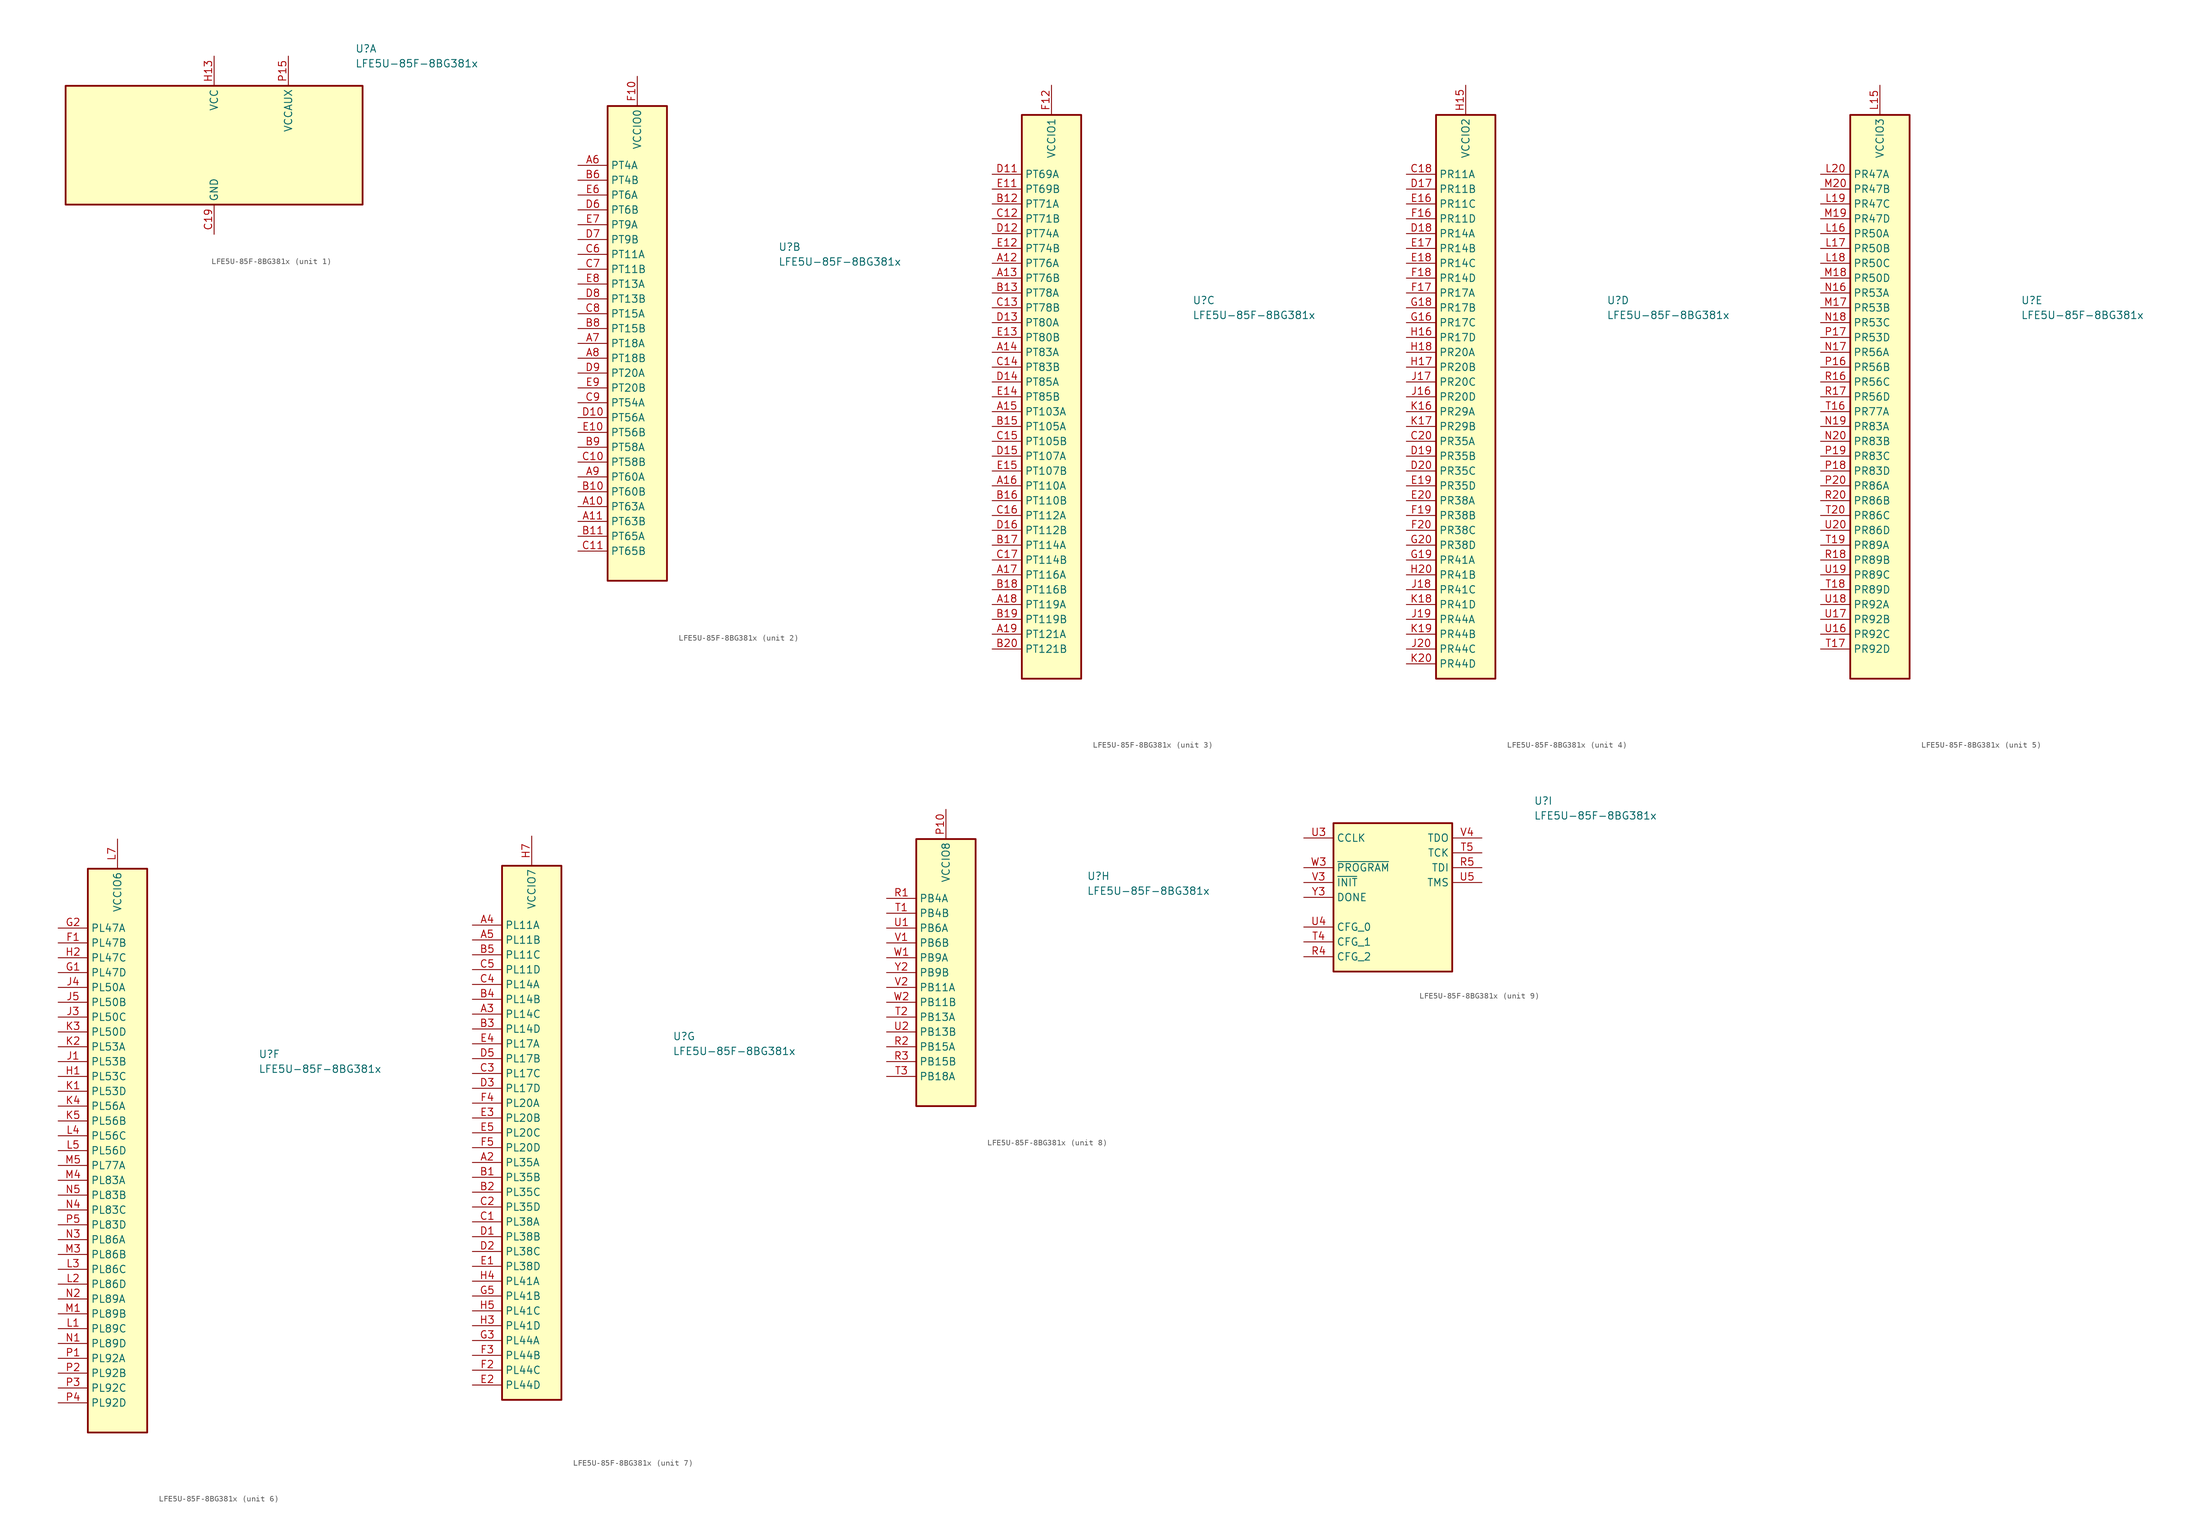
<source format=kicad_sym>
(kicad_symbol_lib
  (version 20211014)
  (generator kicad_symbol_editor)
  (symbol "LFE5U-85F-8BG381x"
    (property "Reference" "U"
      (at 24.13 16.51 0)
      (effects (font (size 1.27 1.27)) (justify left)))
    (property "Value" "LFE5U-85F-8BG381x"
      (at 24.13 13.97 0)
      (effects (font (size 1.27 1.27)) (justify left)))
    (property "ki_locked" ""
      (at 0 0 0)
      (effects (font (size 1.27 1.27))))
    (symbol "LFE5U-85F-8BG381x_1_1"
      (rectangle (start -25.4 10.16) (end 25.4 -10.16) (stroke (width 0.305) (type default) (color 0 0 0 0)) (fill (type background)))
      (pin passive line (at 0 -15.24 90) (length 5.08) hide (name "GND" (effects (font (size 1.27 1.27)))) (number "B14" (effects (font (size 1.27 1.27)))))
      (pin passive line (at 0 -15.24 90) (length 5.08) hide (name "GND" (effects (font (size 1.27 1.27)))) (number "B7" (effects (font (size 1.27 1.27)))))
      (pin power_in line (at 0 -15.24 90) (length 5.08) (name "GND" (effects (font (size 1.27 1.27)))) (number "C19" (effects (font (size 1.27 1.27)))))
      (pin passive line (at 0 -15.24 90) (length 5.08) hide (name "GND" (effects (font (size 1.27 1.27)))) (number "D4" (effects (font (size 1.27 1.27)))))
      (pin passive line (at 0 -15.24 90) (length 5.08) hide (name "GND" (effects (font (size 1.27 1.27)))) (number "F13" (effects (font (size 1.27 1.27)))))
      (pin passive line (at 0 -15.24 90) (length 5.08) hide (name "GND" (effects (font (size 1.27 1.27)))) (number "F14" (effects (font (size 1.27 1.27)))))
      (pin passive line (at 12.7 15.24 270) (length 5.08) hide (name "VCCAUX" (effects (font (size 1.27 1.27)))) (number "F15" (effects (font (size 1.27 1.27)))))
      (pin passive line (at 12.7 15.24 270) (length 5.08) hide (name "VCCAUX" (effects (font (size 1.27 1.27)))) (number "F6" (effects (font (size 1.27 1.27)))))
      (pin passive line (at 0 -15.24 90) (length 5.08) hide (name "GND" (effects (font (size 1.27 1.27)))) (number "F7" (effects (font (size 1.27 1.27)))))
      (pin passive line (at 0 -15.24 90) (length 5.08) hide (name "GND" (effects (font (size 1.27 1.27)))) (number "F8" (effects (font (size 1.27 1.27)))))
      (pin passive line (at 0 -15.24 90) (length 5.08) hide (name "GND" (effects (font (size 1.27 1.27)))) (number "G10" (effects (font (size 1.27 1.27)))))
      (pin passive line (at 0 -15.24 90) (length 5.08) hide (name "GND" (effects (font (size 1.27 1.27)))) (number "G11" (effects (font (size 1.27 1.27)))))
      (pin passive line (at 0 -15.24 90) (length 5.08) hide (name "GND" (effects (font (size 1.27 1.27)))) (number "G12" (effects (font (size 1.27 1.27)))))
      (pin passive line (at 0 -15.24 90) (length 5.08) hide (name "GND" (effects (font (size 1.27 1.27)))) (number "G13" (effects (font (size 1.27 1.27)))))
      (pin passive line (at 0 -15.24 90) (length 5.08) hide (name "GND" (effects (font (size 1.27 1.27)))) (number "G14" (effects (font (size 1.27 1.27)))))
      (pin passive line (at 0 -15.24 90) (length 5.08) hide (name "GND" (effects (font (size 1.27 1.27)))) (number "G15" (effects (font (size 1.27 1.27)))))
      (pin passive line (at 0 -15.24 90) (length 5.08) hide (name "GND" (effects (font (size 1.27 1.27)))) (number "G17" (effects (font (size 1.27 1.27)))))
      (pin passive line (at 0 -15.24 90) (length 5.08) hide (name "GND" (effects (font (size 1.27 1.27)))) (number "G4" (effects (font (size 1.27 1.27)))))
      (pin passive line (at 0 -15.24 90) (length 5.08) hide (name "GND" (effects (font (size 1.27 1.27)))) (number "G6" (effects (font (size 1.27 1.27)))))
      (pin passive line (at 0 -15.24 90) (length 5.08) hide (name "GND" (effects (font (size 1.27 1.27)))) (number "G7" (effects (font (size 1.27 1.27)))))
      (pin passive line (at 0 -15.24 90) (length 5.08) hide (name "GND" (effects (font (size 1.27 1.27)))) (number "G8" (effects (font (size 1.27 1.27)))))
      (pin passive line (at 0 -15.24 90) (length 5.08) hide (name "GND" (effects (font (size 1.27 1.27)))) (number "G9" (effects (font (size 1.27 1.27)))))
      (pin passive line (at 0 15.24 270) (length 5.08) hide (name "VCC" (effects (font (size 1.27 1.27)))) (number "H10" (effects (font (size 1.27 1.27)))))
      (pin passive line (at 0 15.24 270) (length 5.08) hide (name "VCC" (effects (font (size 1.27 1.27)))) (number "H11" (effects (font (size 1.27 1.27)))))
      (pin passive line (at 0 15.24 270) (length 5.08) hide (name "VCC" (effects (font (size 1.27 1.27)))) (number "H12" (effects (font (size 1.27 1.27)))))
      (pin power_in line (at 0 15.24 270) (length 5.08) (name "VCC" (effects (font (size 1.27 1.27)))) (number "H13" (effects (font (size 1.27 1.27)))))
      (pin passive line (at 0 -15.24 90) (length 5.08) hide (name "GND" (effects (font (size 1.27 1.27)))) (number "H19" (effects (font (size 1.27 1.27)))))
      (pin passive line (at 0 15.24 270) (length 5.08) hide (name "VCC" (effects (font (size 1.27 1.27)))) (number "H8" (effects (font (size 1.27 1.27)))))
      (pin passive line (at 0 15.24 270) (length 5.08) hide (name "VCC" (effects (font (size 1.27 1.27)))) (number "H9" (effects (font (size 1.27 1.27)))))
      (pin passive line (at 0 -15.24 90) (length 5.08) hide (name "GND" (effects (font (size 1.27 1.27)))) (number "J10" (effects (font (size 1.27 1.27)))))
      (pin passive line (at 0 -15.24 90) (length 5.08) hide (name "GND" (effects (font (size 1.27 1.27)))) (number "J11" (effects (font (size 1.27 1.27)))))
      (pin passive line (at 0 -15.24 90) (length 5.08) hide (name "GND" (effects (font (size 1.27 1.27)))) (number "J12" (effects (font (size 1.27 1.27)))))
      (pin passive line (at 0 15.24 270) (length 5.08) hide (name "VCC" (effects (font (size 1.27 1.27)))) (number "J13" (effects (font (size 1.27 1.27)))))
      (pin passive line (at 0 -15.24 90) (length 5.08) hide (name "GND" (effects (font (size 1.27 1.27)))) (number "J14" (effects (font (size 1.27 1.27)))))
      (pin passive line (at 0 -15.24 90) (length 5.08) hide (name "GND" (effects (font (size 1.27 1.27)))) (number "J2" (effects (font (size 1.27 1.27)))))
      (pin passive line (at 0 -15.24 90) (length 5.08) hide (name "GND" (effects (font (size 1.27 1.27)))) (number "J7" (effects (font (size 1.27 1.27)))))
      (pin passive line (at 0 15.24 270) (length 5.08) hide (name "VCC" (effects (font (size 1.27 1.27)))) (number "J8" (effects (font (size 1.27 1.27)))))
      (pin passive line (at 0 -15.24 90) (length 5.08) hide (name "GND" (effects (font (size 1.27 1.27)))) (number "J9" (effects (font (size 1.27 1.27)))))
      (pin passive line (at 0 -15.24 90) (length 5.08) hide (name "GND" (effects (font (size 1.27 1.27)))) (number "K10" (effects (font (size 1.27 1.27)))))
      (pin passive line (at 0 -15.24 90) (length 5.08) hide (name "GND" (effects (font (size 1.27 1.27)))) (number "K11" (effects (font (size 1.27 1.27)))))
      (pin passive line (at 0 -15.24 90) (length 5.08) hide (name "GND" (effects (font (size 1.27 1.27)))) (number "K12" (effects (font (size 1.27 1.27)))))
      (pin passive line (at 0 15.24 270) (length 5.08) hide (name "VCC" (effects (font (size 1.27 1.27)))) (number "K13" (effects (font (size 1.27 1.27)))))
      (pin passive line (at 0 -15.24 90) (length 5.08) hide (name "GND" (effects (font (size 1.27 1.27)))) (number "K14" (effects (font (size 1.27 1.27)))))
      (pin passive line (at 0 -15.24 90) (length 5.08) hide (name "GND" (effects (font (size 1.27 1.27)))) (number "K15" (effects (font (size 1.27 1.27)))))
      (pin passive line (at 0 -15.24 90) (length 5.08) hide (name "GND" (effects (font (size 1.27 1.27)))) (number "K6" (effects (font (size 1.27 1.27)))))
      (pin passive line (at 0 -15.24 90) (length 5.08) hide (name "GND" (effects (font (size 1.27 1.27)))) (number "K7" (effects (font (size 1.27 1.27)))))
      (pin passive line (at 0 15.24 270) (length 5.08) hide (name "VCC" (effects (font (size 1.27 1.27)))) (number "K8" (effects (font (size 1.27 1.27)))))
      (pin passive line (at 0 -15.24 90) (length 5.08) hide (name "GND" (effects (font (size 1.27 1.27)))) (number "K9" (effects (font (size 1.27 1.27)))))
      (pin passive line (at 0 -15.24 90) (length 5.08) hide (name "GND" (effects (font (size 1.27 1.27)))) (number "L10" (effects (font (size 1.27 1.27)))))
      (pin passive line (at 0 -15.24 90) (length 5.08) hide (name "GND" (effects (font (size 1.27 1.27)))) (number "L11" (effects (font (size 1.27 1.27)))))
      (pin passive line (at 0 -15.24 90) (length 5.08) hide (name "GND" (effects (font (size 1.27 1.27)))) (number "L12" (effects (font (size 1.27 1.27)))))
      (pin passive line (at 0 15.24 270) (length 5.08) hide (name "VCC" (effects (font (size 1.27 1.27)))) (number "L13" (effects (font (size 1.27 1.27)))))
      (pin passive line (at 0 15.24 270) (length 5.08) hide (name "VCC" (effects (font (size 1.27 1.27)))) (number "L8" (effects (font (size 1.27 1.27)))))
      (pin passive line (at 0 -15.24 90) (length 5.08) hide (name "GND" (effects (font (size 1.27 1.27)))) (number "L9" (effects (font (size 1.27 1.27)))))
      (pin passive line (at 0 -15.24 90) (length 5.08) hide (name "GND" (effects (font (size 1.27 1.27)))) (number "M10" (effects (font (size 1.27 1.27)))))
      (pin passive line (at 0 -15.24 90) (length 5.08) hide (name "GND" (effects (font (size 1.27 1.27)))) (number "M11" (effects (font (size 1.27 1.27)))))
      (pin passive line (at 0 -15.24 90) (length 5.08) hide (name "GND" (effects (font (size 1.27 1.27)))) (number "M12" (effects (font (size 1.27 1.27)))))
      (pin passive line (at 0 15.24 270) (length 5.08) hide (name "VCC" (effects (font (size 1.27 1.27)))) (number "M13" (effects (font (size 1.27 1.27)))))
      (pin passive line (at 0 -15.24 90) (length 5.08) hide (name "GND" (effects (font (size 1.27 1.27)))) (number "M14" (effects (font (size 1.27 1.27)))))
      (pin passive line (at 0 -15.24 90) (length 5.08) hide (name "GND" (effects (font (size 1.27 1.27)))) (number "M16" (effects (font (size 1.27 1.27)))))
      (pin passive line (at 0 -15.24 90) (length 5.08) hide (name "GND" (effects (font (size 1.27 1.27)))) (number "M2" (effects (font (size 1.27 1.27)))))
      (pin passive line (at 0 -15.24 90) (length 5.08) hide (name "GND" (effects (font (size 1.27 1.27)))) (number "M7" (effects (font (size 1.27 1.27)))))
      (pin passive line (at 0 15.24 270) (length 5.08) hide (name "VCC" (effects (font (size 1.27 1.27)))) (number "M8" (effects (font (size 1.27 1.27)))))
      (pin passive line (at 0 -15.24 90) (length 5.08) hide (name "GND" (effects (font (size 1.27 1.27)))) (number "M9" (effects (font (size 1.27 1.27)))))
      (pin passive line (at 0 15.24 270) (length 5.08) hide (name "VCC" (effects (font (size 1.27 1.27)))) (number "N10" (effects (font (size 1.27 1.27)))))
      (pin passive line (at 0 15.24 270) (length 5.08) hide (name "VCC" (effects (font (size 1.27 1.27)))) (number "N11" (effects (font (size 1.27 1.27)))))
      (pin passive line (at 0 15.24 270) (length 5.08) hide (name "VCC" (effects (font (size 1.27 1.27)))) (number "N12" (effects (font (size 1.27 1.27)))))
      (pin passive line (at 0 15.24 270) (length 5.08) hide (name "VCC" (effects (font (size 1.27 1.27)))) (number "N13" (effects (font (size 1.27 1.27)))))
      (pin passive line (at 0 -15.24 90) (length 5.08) hide (name "GND" (effects (font (size 1.27 1.27)))) (number "N14" (effects (font (size 1.27 1.27)))))
      (pin passive line (at 0 -15.24 90) (length 5.08) hide (name "GND" (effects (font (size 1.27 1.27)))) (number "N15" (effects (font (size 1.27 1.27)))))
      (pin passive line (at 0 -15.24 90) (length 5.08) hide (name "GND" (effects (font (size 1.27 1.27)))) (number "N6" (effects (font (size 1.27 1.27)))))
      (pin passive line (at 0 -15.24 90) (length 5.08) hide (name "GND" (effects (font (size 1.27 1.27)))) (number "N7" (effects (font (size 1.27 1.27)))))
      (pin passive line (at 0 15.24 270) (length 5.08) hide (name "VCC" (effects (font (size 1.27 1.27)))) (number "N8" (effects (font (size 1.27 1.27)))))
      (pin passive line (at 0 15.24 270) (length 5.08) hide (name "VCC" (effects (font (size 1.27 1.27)))) (number "N9" (effects (font (size 1.27 1.27)))))
      (pin passive line (at 0 -15.24 90) (length 5.08) hide (name "GND" (effects (font (size 1.27 1.27)))) (number "P11" (effects (font (size 1.27 1.27)))))
      (pin passive line (at 0 -15.24 90) (length 5.08) hide (name "GND" (effects (font (size 1.27 1.27)))) (number "P12" (effects (font (size 1.27 1.27)))))
      (pin passive line (at 0 -15.24 90) (length 5.08) hide (name "GND" (effects (font (size 1.27 1.27)))) (number "P13" (effects (font (size 1.27 1.27)))))
      (pin passive line (at 0 -15.24 90) (length 5.08) hide (name "GND" (effects (font (size 1.27 1.27)))) (number "P14" (effects (font (size 1.27 1.27)))))
      (pin power_in line (at 12.7 15.24 270) (length 5.08) (name "VCCAUX" (effects (font (size 1.27 1.27)))) (number "P15" (effects (font (size 1.27 1.27)))))
      (pin passive line (at 12.7 15.24 270) (length 5.08) hide (name "VCCAUX" (effects (font (size 1.27 1.27)))) (number "P6" (effects (font (size 1.27 1.27)))))
      (pin passive line (at 0 -15.24 90) (length 5.08) hide (name "GND" (effects (font (size 1.27 1.27)))) (number "P7" (effects (font (size 1.27 1.27)))))
      (pin passive line (at 0 -15.24 90) (length 5.08) hide (name "GND" (effects (font (size 1.27 1.27)))) (number "P8" (effects (font (size 1.27 1.27)))))
      (pin passive line (at 0 -15.24 90) (length 5.08) hide (name "GND" (effects (font (size 1.27 1.27)))) (number "R19" (effects (font (size 1.27 1.27)))))
      (pin passive line (at 0 -15.24 90) (length 5.08) hide (name "GND" (effects (font (size 1.27 1.27)))) (number "T10" (effects (font (size 1.27 1.27)))))
      (pin passive line (at 0 -15.24 90) (length 5.08) hide (name "GND" (effects (font (size 1.27 1.27)))) (number "T11" (effects (font (size 1.27 1.27)))))
      (pin passive line (at 0 -15.24 90) (length 5.08) hide (name "GND" (effects (font (size 1.27 1.27)))) (number "T12" (effects (font (size 1.27 1.27)))))
      (pin passive line (at 0 -15.24 90) (length 5.08) hide (name "GND" (effects (font (size 1.27 1.27)))) (number "T13" (effects (font (size 1.27 1.27)))))
      (pin passive line (at 0 -15.24 90) (length 5.08) hide (name "GND" (effects (font (size 1.27 1.27)))) (number "T14" (effects (font (size 1.27 1.27)))))
      (pin passive line (at 0 -15.24 90) (length 5.08) hide (name "GND" (effects (font (size 1.27 1.27)))) (number "T15" (effects (font (size 1.27 1.27)))))
      (pin passive line (at 0 -15.24 90) (length 5.08) hide (name "GND" (effects (font (size 1.27 1.27)))) (number "T6" (effects (font (size 1.27 1.27)))))
      (pin passive line (at 0 -15.24 90) (length 5.08) hide (name "GND" (effects (font (size 1.27 1.27)))) (number "T7" (effects (font (size 1.27 1.27)))))
      (pin passive line (at 0 -15.24 90) (length 5.08) hide (name "GND" (effects (font (size 1.27 1.27)))) (number "T8" (effects (font (size 1.27 1.27)))))
      (pin passive line (at 0 -15.24 90) (length 5.08) hide (name "GND" (effects (font (size 1.27 1.27)))) (number "T9" (effects (font (size 1.27 1.27)))))
      (pin passive line (at 0 -15.24 90) (length 5.08) hide (name "GND" (effects (font (size 1.27 1.27)))) (number "U10" (effects (font (size 1.27 1.27)))))
      (pin passive line (at 0 -15.24 90) (length 5.08) hide (name "GND" (effects (font (size 1.27 1.27)))) (number "U11" (effects (font (size 1.27 1.27)))))
      (pin passive line (at 0 -15.24 90) (length 5.08) hide (name "GND" (effects (font (size 1.27 1.27)))) (number "U12" (effects (font (size 1.27 1.27)))))
      (pin passive line (at 0 -15.24 90) (length 5.08) hide (name "GND" (effects (font (size 1.27 1.27)))) (number "U13" (effects (font (size 1.27 1.27)))))
      (pin passive line (at 0 -15.24 90) (length 5.08) hide (name "GND" (effects (font (size 1.27 1.27)))) (number "U14" (effects (font (size 1.27 1.27)))))
      (pin passive line (at 0 -15.24 90) (length 5.08) hide (name "GND" (effects (font (size 1.27 1.27)))) (number "U15" (effects (font (size 1.27 1.27)))))
      (pin passive line (at 0 -15.24 90) (length 5.08) hide (name "GND" (effects (font (size 1.27 1.27)))) (number "U6" (effects (font (size 1.27 1.27)))))
      (pin passive line (at 0 -15.24 90) (length 5.08) hide (name "GND" (effects (font (size 1.27 1.27)))) (number "U7" (effects (font (size 1.27 1.27)))))
      (pin passive line (at 0 -15.24 90) (length 5.08) hide (name "GND" (effects (font (size 1.27 1.27)))) (number "U8" (effects (font (size 1.27 1.27)))))
      (pin passive line (at 0 -15.24 90) (length 5.08) hide (name "GND" (effects (font (size 1.27 1.27)))) (number "U9" (effects (font (size 1.27 1.27)))))
      (pin passive line (at 0 -15.24 90) (length 5.08) hide (name "GND" (effects (font (size 1.27 1.27)))) (number "V10" (effects (font (size 1.27 1.27)))))
      (pin passive line (at 0 -15.24 90) (length 5.08) hide (name "GND" (effects (font (size 1.27 1.27)))) (number "V11" (effects (font (size 1.27 1.27)))))
      (pin passive line (at 0 -15.24 90) (length 5.08) hide (name "GND" (effects (font (size 1.27 1.27)))) (number "V12" (effects (font (size 1.27 1.27)))))
      (pin passive line (at 0 -15.24 90) (length 5.08) hide (name "GND" (effects (font (size 1.27 1.27)))) (number "V13" (effects (font (size 1.27 1.27)))))
      (pin passive line (at 0 -15.24 90) (length 5.08) hide (name "GND" (effects (font (size 1.27 1.27)))) (number "V14" (effects (font (size 1.27 1.27)))))
      (pin passive line (at 0 -15.24 90) (length 5.08) hide (name "GND" (effects (font (size 1.27 1.27)))) (number "V15" (effects (font (size 1.27 1.27)))))
      (pin passive line (at 0 -15.24 90) (length 5.08) hide (name "GND" (effects (font (size 1.27 1.27)))) (number "V16" (effects (font (size 1.27 1.27)))))
      (pin passive line (at 0 -15.24 90) (length 5.08) hide (name "GND" (effects (font (size 1.27 1.27)))) (number "V17" (effects (font (size 1.27 1.27)))))
      (pin passive line (at 0 -15.24 90) (length 5.08) hide (name "GND" (effects (font (size 1.27 1.27)))) (number "V18" (effects (font (size 1.27 1.27)))))
      (pin passive line (at 0 -15.24 90) (length 5.08) hide (name "GND" (effects (font (size 1.27 1.27)))) (number "V19" (effects (font (size 1.27 1.27)))))
      (pin passive line (at 0 -15.24 90) (length 5.08) hide (name "GND" (effects (font (size 1.27 1.27)))) (number "V20" (effects (font (size 1.27 1.27)))))
      (pin passive line (at 0 -15.24 90) (length 5.08) hide (name "GND" (effects (font (size 1.27 1.27)))) (number "V5" (effects (font (size 1.27 1.27)))))
      (pin passive line (at 0 -15.24 90) (length 5.08) hide (name "GND" (effects (font (size 1.27 1.27)))) (number "V6" (effects (font (size 1.27 1.27)))))
      (pin passive line (at 0 -15.24 90) (length 5.08) hide (name "GND" (effects (font (size 1.27 1.27)))) (number "V7" (effects (font (size 1.27 1.27)))))
      (pin passive line (at 0 -15.24 90) (length 5.08) hide (name "GND" (effects (font (size 1.27 1.27)))) (number "V8" (effects (font (size 1.27 1.27)))))
      (pin passive line (at 0 -15.24 90) (length 5.08) hide (name "GND" (effects (font (size 1.27 1.27)))) (number "V9" (effects (font (size 1.27 1.27)))))
      (pin passive line (at 0 -15.24 90) (length 5.08) hide (name "GND" (effects (font (size 1.27 1.27)))) (number "W12" (effects (font (size 1.27 1.27)))))
      (pin no_connect line (at 25.4 -5.08 180) (length 5.08) hide (name "RESERVED" (effects (font (size 1.27 1.27)))) (number "W13" (effects (font (size 1.27 1.27)))))
      (pin no_connect line (at 25.4 -2.54 180) (length 5.08) hide (name "RESERVED" (effects (font (size 1.27 1.27)))) (number "W14" (effects (font (size 1.27 1.27)))))
      (pin passive line (at 0 -15.24 90) (length 5.08) hide (name "GND" (effects (font (size 1.27 1.27)))) (number "W15" (effects (font (size 1.27 1.27)))))
      (pin passive line (at 0 -15.24 90) (length 5.08) hide (name "GND" (effects (font (size 1.27 1.27)))) (number "W16" (effects (font (size 1.27 1.27)))))
      (pin no_connect line (at 25.4 0 180) (length 5.08) hide (name "RESERVED" (effects (font (size 1.27 1.27)))) (number "W17" (effects (font (size 1.27 1.27)))))
      (pin no_connect line (at 25.4 2.54 180) (length 5.08) hide (name "RESERVED" (effects (font (size 1.27 1.27)))) (number "W18" (effects (font (size 1.27 1.27)))))
      (pin passive line (at 0 -15.24 90) (length 5.08) hide (name "GND" (effects (font (size 1.27 1.27)))) (number "W19" (effects (font (size 1.27 1.27)))))
      (pin passive line (at 0 -15.24 90) (length 5.08) hide (name "GND" (effects (font (size 1.27 1.27)))) (number "W20" (effects (font (size 1.27 1.27)))))
      (pin no_connect line (at -25.4 2.54 0) (length 5.08) hide (name "RESERVED" (effects (font (size 1.27 1.27)))) (number "W4" (effects (font (size 1.27 1.27)))))
      (pin no_connect line (at -25.4 0 0) (length 5.08) hide (name "RESERVED" (effects (font (size 1.27 1.27)))) (number "W5" (effects (font (size 1.27 1.27)))))
      (pin passive line (at 0 -15.24 90) (length 5.08) hide (name "GND" (effects (font (size 1.27 1.27)))) (number "W6" (effects (font (size 1.27 1.27)))))
      (pin passive line (at 0 -15.24 90) (length 5.08) hide (name "GND" (effects (font (size 1.27 1.27)))) (number "W7" (effects (font (size 1.27 1.27)))))
      (pin no_connect line (at -25.4 -2.54 0) (length 5.08) hide (name "RESERVED" (effects (font (size 1.27 1.27)))) (number "W8" (effects (font (size 1.27 1.27)))))
      (pin no_connect line (at -25.4 -5.08 0) (length 5.08) hide (name "RESERVED" (effects (font (size 1.27 1.27)))) (number "W9" (effects (font (size 1.27 1.27)))))
      (pin passive line (at 0 -15.24 90) (length 5.08) hide (name "GND" (effects (font (size 1.27 1.27)))) (number "Y11" (effects (font (size 1.27 1.27)))))
      (pin passive line (at 0 -15.24 90) (length 5.08) hide (name "GND" (effects (font (size 1.27 1.27)))) (number "Y12" (effects (font (size 1.27 1.27)))))
      (pin passive line (at 0 -15.24 90) (length 5.08) hide (name "GND" (effects (font (size 1.27 1.27)))) (number "Y14" (effects (font (size 1.27 1.27)))))
      (pin passive line (at 0 -15.24 90) (length 5.08) hide (name "GND" (effects (font (size 1.27 1.27)))) (number "Y15" (effects (font (size 1.27 1.27)))))
      (pin passive line (at 0 -15.24 90) (length 5.08) hide (name "GND" (effects (font (size 1.27 1.27)))) (number "Y16" (effects (font (size 1.27 1.27)))))
      (pin passive line (at 0 -15.24 90) (length 5.08) hide (name "GND" (effects (font (size 1.27 1.27)))) (number "Y17" (effects (font (size 1.27 1.27)))))
      (pin passive line (at 0 -15.24 90) (length 5.08) hide (name "GND" (effects (font (size 1.27 1.27)))) (number "Y19" (effects (font (size 1.27 1.27)))))
      (pin passive line (at 0 -15.24 90) (length 5.08) hide (name "GND" (effects (font (size 1.27 1.27)))) (number "Y5" (effects (font (size 1.27 1.27)))))
      (pin passive line (at 0 -15.24 90) (length 5.08) hide (name "GND" (effects (font (size 1.27 1.27)))) (number "Y6" (effects (font (size 1.27 1.27)))))
      (pin passive line (at 0 -15.24 90) (length 5.08) hide (name "GND" (effects (font (size 1.27 1.27)))) (number "Y7" (effects (font (size 1.27 1.27)))))
      (pin passive line (at 0 -15.24 90) (length 5.08) hide (name "GND" (effects (font (size 1.27 1.27)))) (number "Y8" (effects (font (size 1.27 1.27))))))
    (symbol "LFE5U-85F-8BG381x_2_1"
      (rectangle (start -5.08 40.64) (end 5.08 -40.64) (stroke (width 0.305) (type default) (color 0 0 0 0)) (fill (type background)))
      (pin bidirectional line (at -10.16 -27.94 0) (length 5.08) (name "PT63A" (effects (font (size 1.27 1.27)))) (number "A10" (effects (font (size 1.27 1.27)))))
      (pin bidirectional line (at -10.16 -30.48 0) (length 5.08) (name "PT63B" (effects (font (size 1.27 1.27)))) (number "A11" (effects (font (size 1.27 1.27)))))
      (pin bidirectional line (at -10.16 30.48 0) (length 5.08) (name "PT4A" (effects (font (size 1.27 1.27)))) (number "A6" (effects (font (size 1.27 1.27)))))
      (pin bidirectional line (at -10.16 0 0) (length 5.08) (name "PT18A" (effects (font (size 1.27 1.27)))) (number "A7" (effects (font (size 1.27 1.27)))))
      (pin bidirectional line (at -10.16 -2.54 0) (length 5.08) (name "PT18B" (effects (font (size 1.27 1.27)))) (number "A8" (effects (font (size 1.27 1.27)))))
      (pin bidirectional line (at -10.16 -22.86 0) (length 5.08) (name "PT60A" (effects (font (size 1.27 1.27)))) (number "A9" (effects (font (size 1.27 1.27)))))
      (pin bidirectional line (at -10.16 -25.4 0) (length 5.08) (name "PT60B" (effects (font (size 1.27 1.27)))) (number "B10" (effects (font (size 1.27 1.27)))))
      (pin bidirectional line (at -10.16 -33.02 0) (length 5.08) (name "PT65A" (effects (font (size 1.27 1.27)))) (number "B11" (effects (font (size 1.27 1.27)))))
      (pin bidirectional line (at -10.16 27.94 0) (length 5.08) (name "PT4B" (effects (font (size 1.27 1.27)))) (number "B6" (effects (font (size 1.27 1.27)))))
      (pin bidirectional line (at -10.16 2.54 0) (length 5.08) (name "PT15B" (effects (font (size 1.27 1.27)))) (number "B8" (effects (font (size 1.27 1.27)))))
      (pin bidirectional line (at -10.16 -17.78 0) (length 5.08) (name "PT58A" (effects (font (size 1.27 1.27)))) (number "B9" (effects (font (size 1.27 1.27)))))
      (pin bidirectional line (at -10.16 -20.32 0) (length 5.08) (name "PT58B" (effects (font (size 1.27 1.27)))) (number "C10" (effects (font (size 1.27 1.27)))))
      (pin bidirectional line (at -10.16 -35.56 0) (length 5.08) (name "PT65B" (effects (font (size 1.27 1.27)))) (number "C11" (effects (font (size 1.27 1.27)))))
      (pin bidirectional line (at -10.16 15.24 0) (length 5.08) (name "PT11A" (effects (font (size 1.27 1.27)))) (number "C6" (effects (font (size 1.27 1.27)))))
      (pin bidirectional line (at -10.16 12.7 0) (length 5.08) (name "PT11B" (effects (font (size 1.27 1.27)))) (number "C7" (effects (font (size 1.27 1.27)))))
      (pin bidirectional line (at -10.16 5.08 0) (length 5.08) (name "PT15A" (effects (font (size 1.27 1.27)))) (number "C8" (effects (font (size 1.27 1.27)))))
      (pin bidirectional line (at -10.16 -10.16 0) (length 5.08) (name "PT54A" (effects (font (size 1.27 1.27)))) (number "C9" (effects (font (size 1.27 1.27)))))
      (pin bidirectional line (at -10.16 -12.7 0) (length 5.08) (name "PT56A" (effects (font (size 1.27 1.27)))) (number "D10" (effects (font (size 1.27 1.27)))))
      (pin bidirectional line (at -10.16 22.86 0) (length 5.08) (name "PT6B" (effects (font (size 1.27 1.27)))) (number "D6" (effects (font (size 1.27 1.27)))))
      (pin bidirectional line (at -10.16 17.78 0) (length 5.08) (name "PT9B" (effects (font (size 1.27 1.27)))) (number "D7" (effects (font (size 1.27 1.27)))))
      (pin bidirectional line (at -10.16 7.62 0) (length 5.08) (name "PT13B" (effects (font (size 1.27 1.27)))) (number "D8" (effects (font (size 1.27 1.27)))))
      (pin bidirectional line (at -10.16 -5.08 0) (length 5.08) (name "PT20A" (effects (font (size 1.27 1.27)))) (number "D9" (effects (font (size 1.27 1.27)))))
      (pin bidirectional line (at -10.16 -15.24 0) (length 5.08) (name "PT56B" (effects (font (size 1.27 1.27)))) (number "E10" (effects (font (size 1.27 1.27)))))
      (pin bidirectional line (at -10.16 25.4 0) (length 5.08) (name "PT6A" (effects (font (size 1.27 1.27)))) (number "E6" (effects (font (size 1.27 1.27)))))
      (pin bidirectional line (at -10.16 20.32 0) (length 5.08) (name "PT9A" (effects (font (size 1.27 1.27)))) (number "E7" (effects (font (size 1.27 1.27)))))
      (pin bidirectional line (at -10.16 10.16 0) (length 5.08) (name "PT13A" (effects (font (size 1.27 1.27)))) (number "E8" (effects (font (size 1.27 1.27)))))
      (pin bidirectional line (at -10.16 -7.62 0) (length 5.08) (name "PT20B" (effects (font (size 1.27 1.27)))) (number "E9" (effects (font (size 1.27 1.27)))))
      (pin power_in line (at 0 45.72 270) (length 5.08) (name "VCCIO0" (effects (font (size 1.27 1.27)))) (number "F10" (effects (font (size 1.27 1.27)))))
      (pin passive line (at 0 45.72 270) (length 5.08) hide (name "VCCIO0" (effects (font (size 1.27 1.27)))) (number "F9" (effects (font (size 1.27 1.27))))))
    (symbol "LFE5U-85F-8BG381x_3_1"
      (rectangle (start -5.08 48.26) (end 5.08 -48.26) (stroke (width 0.305) (type default) (color 0 0 0 0)) (fill (type background)))
      (pin bidirectional line (at -10.16 22.86 0) (length 5.08) (name "PT76A" (effects (font (size 1.27 1.27)))) (number "A12" (effects (font (size 1.27 1.27)))))
      (pin bidirectional line (at -10.16 20.32 0) (length 5.08) (name "PT76B" (effects (font (size 1.27 1.27)))) (number "A13" (effects (font (size 1.27 1.27)))))
      (pin bidirectional line (at -10.16 7.62 0) (length 5.08) (name "PT83A" (effects (font (size 1.27 1.27)))) (number "A14" (effects (font (size 1.27 1.27)))))
      (pin bidirectional line (at -10.16 -2.54 0) (length 5.08) (name "PT103A" (effects (font (size 1.27 1.27)))) (number "A15" (effects (font (size 1.27 1.27)))))
      (pin bidirectional line (at -10.16 -15.24 0) (length 5.08) (name "PT110A" (effects (font (size 1.27 1.27)))) (number "A16" (effects (font (size 1.27 1.27)))))
      (pin bidirectional line (at -10.16 -30.48 0) (length 5.08) (name "PT116A" (effects (font (size 1.27 1.27)))) (number "A17" (effects (font (size 1.27 1.27)))))
      (pin bidirectional line (at -10.16 -35.56 0) (length 5.08) (name "PT119A" (effects (font (size 1.27 1.27)))) (number "A18" (effects (font (size 1.27 1.27)))))
      (pin bidirectional line (at -10.16 -40.64 0) (length 5.08) (name "PT121A" (effects (font (size 1.27 1.27)))) (number "A19" (effects (font (size 1.27 1.27)))))
      (pin bidirectional line (at -10.16 33.02 0) (length 5.08) (name "PT71A" (effects (font (size 1.27 1.27)))) (number "B12" (effects (font (size 1.27 1.27)))))
      (pin bidirectional line (at -10.16 17.78 0) (length 5.08) (name "PT78A" (effects (font (size 1.27 1.27)))) (number "B13" (effects (font (size 1.27 1.27)))))
      (pin bidirectional line (at -10.16 -5.08 0) (length 5.08) (name "PT105A" (effects (font (size 1.27 1.27)))) (number "B15" (effects (font (size 1.27 1.27)))))
      (pin bidirectional line (at -10.16 -17.78 0) (length 5.08) (name "PT110B" (effects (font (size 1.27 1.27)))) (number "B16" (effects (font (size 1.27 1.27)))))
      (pin bidirectional line (at -10.16 -25.4 0) (length 5.08) (name "PT114A" (effects (font (size 1.27 1.27)))) (number "B17" (effects (font (size 1.27 1.27)))))
      (pin bidirectional line (at -10.16 -33.02 0) (length 5.08) (name "PT116B" (effects (font (size 1.27 1.27)))) (number "B18" (effects (font (size 1.27 1.27)))))
      (pin bidirectional line (at -10.16 -38.1 0) (length 5.08) (name "PT119B" (effects (font (size 1.27 1.27)))) (number "B19" (effects (font (size 1.27 1.27)))))
      (pin bidirectional line (at -10.16 -43.18 0) (length 5.08) (name "PT121B" (effects (font (size 1.27 1.27)))) (number "B20" (effects (font (size 1.27 1.27)))))
      (pin bidirectional line (at -10.16 30.48 0) (length 5.08) (name "PT71B" (effects (font (size 1.27 1.27)))) (number "C12" (effects (font (size 1.27 1.27)))))
      (pin bidirectional line (at -10.16 15.24 0) (length 5.08) (name "PT78B" (effects (font (size 1.27 1.27)))) (number "C13" (effects (font (size 1.27 1.27)))))
      (pin bidirectional line (at -10.16 5.08 0) (length 5.08) (name "PT83B" (effects (font (size 1.27 1.27)))) (number "C14" (effects (font (size 1.27 1.27)))))
      (pin bidirectional line (at -10.16 -7.62 0) (length 5.08) (name "PT105B" (effects (font (size 1.27 1.27)))) (number "C15" (effects (font (size 1.27 1.27)))))
      (pin bidirectional line (at -10.16 -20.32 0) (length 5.08) (name "PT112A" (effects (font (size 1.27 1.27)))) (number "C16" (effects (font (size 1.27 1.27)))))
      (pin bidirectional line (at -10.16 -27.94 0) (length 5.08) (name "PT114B" (effects (font (size 1.27 1.27)))) (number "C17" (effects (font (size 1.27 1.27)))))
      (pin bidirectional line (at -10.16 38.1 0) (length 5.08) (name "PT69A" (effects (font (size 1.27 1.27)))) (number "D11" (effects (font (size 1.27 1.27)))))
      (pin bidirectional line (at -10.16 27.94 0) (length 5.08) (name "PT74A" (effects (font (size 1.27 1.27)))) (number "D12" (effects (font (size 1.27 1.27)))))
      (pin bidirectional line (at -10.16 12.7 0) (length 5.08) (name "PT80A" (effects (font (size 1.27 1.27)))) (number "D13" (effects (font (size 1.27 1.27)))))
      (pin bidirectional line (at -10.16 2.54 0) (length 5.08) (name "PT85A" (effects (font (size 1.27 1.27)))) (number "D14" (effects (font (size 1.27 1.27)))))
      (pin bidirectional line (at -10.16 -10.16 0) (length 5.08) (name "PT107A" (effects (font (size 1.27 1.27)))) (number "D15" (effects (font (size 1.27 1.27)))))
      (pin bidirectional line (at -10.16 -22.86 0) (length 5.08) (name "PT112B" (effects (font (size 1.27 1.27)))) (number "D16" (effects (font (size 1.27 1.27)))))
      (pin bidirectional line (at -10.16 35.56 0) (length 5.08) (name "PT69B" (effects (font (size 1.27 1.27)))) (number "E11" (effects (font (size 1.27 1.27)))))
      (pin bidirectional line (at -10.16 25.4 0) (length 5.08) (name "PT74B" (effects (font (size 1.27 1.27)))) (number "E12" (effects (font (size 1.27 1.27)))))
      (pin bidirectional line (at -10.16 10.16 0) (length 5.08) (name "PT80B" (effects (font (size 1.27 1.27)))) (number "E13" (effects (font (size 1.27 1.27)))))
      (pin bidirectional line (at -10.16 0 0) (length 5.08) (name "PT85B" (effects (font (size 1.27 1.27)))) (number "E14" (effects (font (size 1.27 1.27)))))
      (pin bidirectional line (at -10.16 -12.7 0) (length 5.08) (name "PT107B" (effects (font (size 1.27 1.27)))) (number "E15" (effects (font (size 1.27 1.27)))))
      (pin passive line (at 0 53.34 270) (length 5.08) hide (name "VCCIO1" (effects (font (size 1.27 1.27)))) (number "F11" (effects (font (size 1.27 1.27)))))
      (pin power_in line (at 0 53.34 270) (length 5.08) (name "VCCIO1" (effects (font (size 1.27 1.27)))) (number "F12" (effects (font (size 1.27 1.27))))))
    (symbol "LFE5U-85F-8BG381x_4_1"
      (rectangle (start -5.08 48.26) (end 5.08 -48.26) (stroke (width 0.305) (type default) (color 0 0 0 0)) (fill (type background)))
      (pin bidirectional line (at -10.16 38.1 0) (length 5.08) (name "PR11A" (effects (font (size 1.27 1.27)))) (number "C18" (effects (font (size 1.27 1.27)))))
      (pin bidirectional line (at -10.16 -7.62 0) (length 5.08) (name "PR35A" (effects (font (size 1.27 1.27)))) (number "C20" (effects (font (size 1.27 1.27)))))
      (pin bidirectional line (at -10.16 35.56 0) (length 5.08) (name "PR11B" (effects (font (size 1.27 1.27)))) (number "D17" (effects (font (size 1.27 1.27)))))
      (pin bidirectional line (at -10.16 27.94 0) (length 5.08) (name "PR14A" (effects (font (size 1.27 1.27)))) (number "D18" (effects (font (size 1.27 1.27)))))
      (pin bidirectional line (at -10.16 -10.16 0) (length 5.08) (name "PR35B" (effects (font (size 1.27 1.27)))) (number "D19" (effects (font (size 1.27 1.27)))))
      (pin bidirectional line (at -10.16 -12.7 0) (length 5.08) (name "PR35C" (effects (font (size 1.27 1.27)))) (number "D20" (effects (font (size 1.27 1.27)))))
      (pin bidirectional line (at -10.16 33.02 0) (length 5.08) (name "PR11C" (effects (font (size 1.27 1.27)))) (number "E16" (effects (font (size 1.27 1.27)))))
      (pin bidirectional line (at -10.16 25.4 0) (length 5.08) (name "PR14B" (effects (font (size 1.27 1.27)))) (number "E17" (effects (font (size 1.27 1.27)))))
      (pin bidirectional line (at -10.16 22.86 0) (length 5.08) (name "PR14C" (effects (font (size 1.27 1.27)))) (number "E18" (effects (font (size 1.27 1.27)))))
      (pin bidirectional line (at -10.16 -15.24 0) (length 5.08) (name "PR35D" (effects (font (size 1.27 1.27)))) (number "E19" (effects (font (size 1.27 1.27)))))
      (pin bidirectional line (at -10.16 -17.78 0) (length 5.08) (name "PR38A" (effects (font (size 1.27 1.27)))) (number "E20" (effects (font (size 1.27 1.27)))))
      (pin bidirectional line (at -10.16 30.48 0) (length 5.08) (name "PR11D" (effects (font (size 1.27 1.27)))) (number "F16" (effects (font (size 1.27 1.27)))))
      (pin bidirectional line (at -10.16 17.78 0) (length 5.08) (name "PR17A" (effects (font (size 1.27 1.27)))) (number "F17" (effects (font (size 1.27 1.27)))))
      (pin bidirectional line (at -10.16 20.32 0) (length 5.08) (name "PR14D" (effects (font (size 1.27 1.27)))) (number "F18" (effects (font (size 1.27 1.27)))))
      (pin bidirectional line (at -10.16 -20.32 0) (length 5.08) (name "PR38B" (effects (font (size 1.27 1.27)))) (number "F19" (effects (font (size 1.27 1.27)))))
      (pin bidirectional line (at -10.16 -22.86 0) (length 5.08) (name "PR38C" (effects (font (size 1.27 1.27)))) (number "F20" (effects (font (size 1.27 1.27)))))
      (pin bidirectional line (at -10.16 12.7 0) (length 5.08) (name "PR17C" (effects (font (size 1.27 1.27)))) (number "G16" (effects (font (size 1.27 1.27)))))
      (pin bidirectional line (at -10.16 15.24 0) (length 5.08) (name "PR17B" (effects (font (size 1.27 1.27)))) (number "G18" (effects (font (size 1.27 1.27)))))
      (pin bidirectional line (at -10.16 -27.94 0) (length 5.08) (name "PR41A" (effects (font (size 1.27 1.27)))) (number "G19" (effects (font (size 1.27 1.27)))))
      (pin bidirectional line (at -10.16 -25.4 0) (length 5.08) (name "PR38D" (effects (font (size 1.27 1.27)))) (number "G20" (effects (font (size 1.27 1.27)))))
      (pin passive line (at 0 53.34 270) (length 5.08) hide (name "VCCIO2" (effects (font (size 1.27 1.27)))) (number "H14" (effects (font (size 1.27 1.27)))))
      (pin power_in line (at 0 53.34 270) (length 5.08) (name "VCCIO2" (effects (font (size 1.27 1.27)))) (number "H15" (effects (font (size 1.27 1.27)))))
      (pin bidirectional line (at -10.16 10.16 0) (length 5.08) (name "PR17D" (effects (font (size 1.27 1.27)))) (number "H16" (effects (font (size 1.27 1.27)))))
      (pin bidirectional line (at -10.16 5.08 0) (length 5.08) (name "PR20B" (effects (font (size 1.27 1.27)))) (number "H17" (effects (font (size 1.27 1.27)))))
      (pin bidirectional line (at -10.16 7.62 0) (length 5.08) (name "PR20A" (effects (font (size 1.27 1.27)))) (number "H18" (effects (font (size 1.27 1.27)))))
      (pin bidirectional line (at -10.16 -30.48 0) (length 5.08) (name "PR41B" (effects (font (size 1.27 1.27)))) (number "H20" (effects (font (size 1.27 1.27)))))
      (pin passive line (at 0 53.34 270) (length 5.08) hide (name "VCCIO2" (effects (font (size 1.27 1.27)))) (number "J15" (effects (font (size 1.27 1.27)))))
      (pin bidirectional line (at -10.16 0 0) (length 5.08) (name "PR20D" (effects (font (size 1.27 1.27)))) (number "J16" (effects (font (size 1.27 1.27)))))
      (pin bidirectional line (at -10.16 2.54 0) (length 5.08) (name "PR20C" (effects (font (size 1.27 1.27)))) (number "J17" (effects (font (size 1.27 1.27)))))
      (pin bidirectional line (at -10.16 -33.02 0) (length 5.08) (name "PR41C" (effects (font (size 1.27 1.27)))) (number "J18" (effects (font (size 1.27 1.27)))))
      (pin bidirectional line (at -10.16 -38.1 0) (length 5.08) (name "PR44A" (effects (font (size 1.27 1.27)))) (number "J19" (effects (font (size 1.27 1.27)))))
      (pin bidirectional line (at -10.16 -43.18 0) (length 5.08) (name "PR44C" (effects (font (size 1.27 1.27)))) (number "J20" (effects (font (size 1.27 1.27)))))
      (pin bidirectional line (at -10.16 -2.54 0) (length 5.08) (name "PR29A" (effects (font (size 1.27 1.27)))) (number "K16" (effects (font (size 1.27 1.27)))))
      (pin bidirectional line (at -10.16 -5.08 0) (length 5.08) (name "PR29B" (effects (font (size 1.27 1.27)))) (number "K17" (effects (font (size 1.27 1.27)))))
      (pin bidirectional line (at -10.16 -35.56 0) (length 5.08) (name "PR41D" (effects (font (size 1.27 1.27)))) (number "K18" (effects (font (size 1.27 1.27)))))
      (pin bidirectional line (at -10.16 -40.64 0) (length 5.08) (name "PR44B" (effects (font (size 1.27 1.27)))) (number "K19" (effects (font (size 1.27 1.27)))))
      (pin bidirectional line (at -10.16 -45.72 0) (length 5.08) (name "PR44D" (effects (font (size 1.27 1.27)))) (number "K20" (effects (font (size 1.27 1.27))))))
    (symbol "LFE5U-85F-8BG381x_5_1"
      (rectangle (start -5.08 48.26) (end 5.08 -48.26) (stroke (width 0.305) (type default) (color 0 0 0 0)) (fill (type background)))
      (pin passive line (at 0 53.34 270) (length 5.08) hide (name "VCCIO3" (effects (font (size 1.27 1.27)))) (number "L14" (effects (font (size 1.27 1.27)))))
      (pin power_in line (at 0 53.34 270) (length 5.08) (name "VCCIO3" (effects (font (size 1.27 1.27)))) (number "L15" (effects (font (size 1.27 1.27)))))
      (pin bidirectional line (at -10.16 27.94 0) (length 5.08) (name "PR50A" (effects (font (size 1.27 1.27)))) (number "L16" (effects (font (size 1.27 1.27)))))
      (pin bidirectional line (at -10.16 25.4 0) (length 5.08) (name "PR50B" (effects (font (size 1.27 1.27)))) (number "L17" (effects (font (size 1.27 1.27)))))
      (pin bidirectional line (at -10.16 22.86 0) (length 5.08) (name "PR50C" (effects (font (size 1.27 1.27)))) (number "L18" (effects (font (size 1.27 1.27)))))
      (pin bidirectional line (at -10.16 33.02 0) (length 5.08) (name "PR47C" (effects (font (size 1.27 1.27)))) (number "L19" (effects (font (size 1.27 1.27)))))
      (pin bidirectional line (at -10.16 38.1 0) (length 5.08) (name "PR47A" (effects (font (size 1.27 1.27)))) (number "L20" (effects (font (size 1.27 1.27)))))
      (pin passive line (at 0 53.34 270) (length 5.08) hide (name "VCCIO3" (effects (font (size 1.27 1.27)))) (number "M15" (effects (font (size 1.27 1.27)))))
      (pin bidirectional line (at -10.16 15.24 0) (length 5.08) (name "PR53B" (effects (font (size 1.27 1.27)))) (number "M17" (effects (font (size 1.27 1.27)))))
      (pin bidirectional line (at -10.16 20.32 0) (length 5.08) (name "PR50D" (effects (font (size 1.27 1.27)))) (number "M18" (effects (font (size 1.27 1.27)))))
      (pin bidirectional line (at -10.16 30.48 0) (length 5.08) (name "PR47D" (effects (font (size 1.27 1.27)))) (number "M19" (effects (font (size 1.27 1.27)))))
      (pin bidirectional line (at -10.16 35.56 0) (length 5.08) (name "PR47B" (effects (font (size 1.27 1.27)))) (number "M20" (effects (font (size 1.27 1.27)))))
      (pin bidirectional line (at -10.16 17.78 0) (length 5.08) (name "PR53A" (effects (font (size 1.27 1.27)))) (number "N16" (effects (font (size 1.27 1.27)))))
      (pin bidirectional line (at -10.16 7.62 0) (length 5.08) (name "PR56A" (effects (font (size 1.27 1.27)))) (number "N17" (effects (font (size 1.27 1.27)))))
      (pin bidirectional line (at -10.16 12.7 0) (length 5.08) (name "PR53C" (effects (font (size 1.27 1.27)))) (number "N18" (effects (font (size 1.27 1.27)))))
      (pin bidirectional line (at -10.16 -5.08 0) (length 5.08) (name "PR83A" (effects (font (size 1.27 1.27)))) (number "N19" (effects (font (size 1.27 1.27)))))
      (pin bidirectional line (at -10.16 -7.62 0) (length 5.08) (name "PR83B" (effects (font (size 1.27 1.27)))) (number "N20" (effects (font (size 1.27 1.27)))))
      (pin bidirectional line (at -10.16 5.08 0) (length 5.08) (name "PR56B" (effects (font (size 1.27 1.27)))) (number "P16" (effects (font (size 1.27 1.27)))))
      (pin bidirectional line (at -10.16 10.16 0) (length 5.08) (name "PR53D" (effects (font (size 1.27 1.27)))) (number "P17" (effects (font (size 1.27 1.27)))))
      (pin bidirectional line (at -10.16 -12.7 0) (length 5.08) (name "PR83D" (effects (font (size 1.27 1.27)))) (number "P18" (effects (font (size 1.27 1.27)))))
      (pin bidirectional line (at -10.16 -10.16 0) (length 5.08) (name "PR83C" (effects (font (size 1.27 1.27)))) (number "P19" (effects (font (size 1.27 1.27)))))
      (pin bidirectional line (at -10.16 -15.24 0) (length 5.08) (name "PR86A" (effects (font (size 1.27 1.27)))) (number "P20" (effects (font (size 1.27 1.27)))))
      (pin bidirectional line (at -10.16 2.54 0) (length 5.08) (name "PR56C" (effects (font (size 1.27 1.27)))) (number "R16" (effects (font (size 1.27 1.27)))))
      (pin bidirectional line (at -10.16 0 0) (length 5.08) (name "PR56D" (effects (font (size 1.27 1.27)))) (number "R17" (effects (font (size 1.27 1.27)))))
      (pin bidirectional line (at -10.16 -27.94 0) (length 5.08) (name "PR89B" (effects (font (size 1.27 1.27)))) (number "R18" (effects (font (size 1.27 1.27)))))
      (pin bidirectional line (at -10.16 -17.78 0) (length 5.08) (name "PR86B" (effects (font (size 1.27 1.27)))) (number "R20" (effects (font (size 1.27 1.27)))))
      (pin bidirectional line (at -10.16 -2.54 0) (length 5.08) (name "PR77A" (effects (font (size 1.27 1.27)))) (number "T16" (effects (font (size 1.27 1.27)))))
      (pin bidirectional line (at -10.16 -43.18 0) (length 5.08) (name "PR92D" (effects (font (size 1.27 1.27)))) (number "T17" (effects (font (size 1.27 1.27)))))
      (pin bidirectional line (at -10.16 -33.02 0) (length 5.08) (name "PR89D" (effects (font (size 1.27 1.27)))) (number "T18" (effects (font (size 1.27 1.27)))))
      (pin bidirectional line (at -10.16 -25.4 0) (length 5.08) (name "PR89A" (effects (font (size 1.27 1.27)))) (number "T19" (effects (font (size 1.27 1.27)))))
      (pin bidirectional line (at -10.16 -20.32 0) (length 5.08) (name "PR86C" (effects (font (size 1.27 1.27)))) (number "T20" (effects (font (size 1.27 1.27)))))
      (pin bidirectional line (at -10.16 -40.64 0) (length 5.08) (name "PR92C" (effects (font (size 1.27 1.27)))) (number "U16" (effects (font (size 1.27 1.27)))))
      (pin bidirectional line (at -10.16 -38.1 0) (length 5.08) (name "PR92B" (effects (font (size 1.27 1.27)))) (number "U17" (effects (font (size 1.27 1.27)))))
      (pin bidirectional line (at -10.16 -35.56 0) (length 5.08) (name "PR92A" (effects (font (size 1.27 1.27)))) (number "U18" (effects (font (size 1.27 1.27)))))
      (pin bidirectional line (at -10.16 -30.48 0) (length 5.08) (name "PR89C" (effects (font (size 1.27 1.27)))) (number "U19" (effects (font (size 1.27 1.27)))))
      (pin bidirectional line (at -10.16 -22.86 0) (length 5.08) (name "PR86D" (effects (font (size 1.27 1.27)))) (number "U20" (effects (font (size 1.27 1.27))))))
    (symbol "LFE5U-85F-8BG381x_6_1"
      (rectangle (start -5.08 48.26) (end 5.08 -48.26) (stroke (width 0.305) (type default) (color 0 0 0 0)) (fill (type background)))
      (pin bidirectional line (at -10.16 35.56 0) (length 5.08) (name "PL47B" (effects (font (size 1.27 1.27)))) (number "F1" (effects (font (size 1.27 1.27)))))
      (pin bidirectional line (at -10.16 30.48 0) (length 5.08) (name "PL47D" (effects (font (size 1.27 1.27)))) (number "G1" (effects (font (size 1.27 1.27)))))
      (pin bidirectional line (at -10.16 38.1 0) (length 5.08) (name "PL47A" (effects (font (size 1.27 1.27)))) (number "G2" (effects (font (size 1.27 1.27)))))
      (pin bidirectional line (at -10.16 12.7 0) (length 5.08) (name "PL53C" (effects (font (size 1.27 1.27)))) (number "H1" (effects (font (size 1.27 1.27)))))
      (pin bidirectional line (at -10.16 33.02 0) (length 5.08) (name "PL47C" (effects (font (size 1.27 1.27)))) (number "H2" (effects (font (size 1.27 1.27)))))
      (pin bidirectional line (at -10.16 15.24 0) (length 5.08) (name "PL53B" (effects (font (size 1.27 1.27)))) (number "J1" (effects (font (size 1.27 1.27)))))
      (pin bidirectional line (at -10.16 22.86 0) (length 5.08) (name "PL50C" (effects (font (size 1.27 1.27)))) (number "J3" (effects (font (size 1.27 1.27)))))
      (pin bidirectional line (at -10.16 27.94 0) (length 5.08) (name "PL50A" (effects (font (size 1.27 1.27)))) (number "J4" (effects (font (size 1.27 1.27)))))
      (pin bidirectional line (at -10.16 25.4 0) (length 5.08) (name "PL50B" (effects (font (size 1.27 1.27)))) (number "J5" (effects (font (size 1.27 1.27)))))
      (pin bidirectional line (at -10.16 10.16 0) (length 5.08) (name "PL53D" (effects (font (size 1.27 1.27)))) (number "K1" (effects (font (size 1.27 1.27)))))
      (pin bidirectional line (at -10.16 17.78 0) (length 5.08) (name "PL53A" (effects (font (size 1.27 1.27)))) (number "K2" (effects (font (size 1.27 1.27)))))
      (pin bidirectional line (at -10.16 20.32 0) (length 5.08) (name "PL50D" (effects (font (size 1.27 1.27)))) (number "K3" (effects (font (size 1.27 1.27)))))
      (pin bidirectional line (at -10.16 7.62 0) (length 5.08) (name "PL56A" (effects (font (size 1.27 1.27)))) (number "K4" (effects (font (size 1.27 1.27)))))
      (pin bidirectional line (at -10.16 5.08 0) (length 5.08) (name "PL56B" (effects (font (size 1.27 1.27)))) (number "K5" (effects (font (size 1.27 1.27)))))
      (pin bidirectional line (at -10.16 -30.48 0) (length 5.08) (name "PL89C" (effects (font (size 1.27 1.27)))) (number "L1" (effects (font (size 1.27 1.27)))))
      (pin bidirectional line (at -10.16 -22.86 0) (length 5.08) (name "PL86D" (effects (font (size 1.27 1.27)))) (number "L2" (effects (font (size 1.27 1.27)))))
      (pin bidirectional line (at -10.16 -20.32 0) (length 5.08) (name "PL86C" (effects (font (size 1.27 1.27)))) (number "L3" (effects (font (size 1.27 1.27)))))
      (pin bidirectional line (at -10.16 2.54 0) (length 5.08) (name "PL56C" (effects (font (size 1.27 1.27)))) (number "L4" (effects (font (size 1.27 1.27)))))
      (pin bidirectional line (at -10.16 0 0) (length 5.08) (name "PL56D" (effects (font (size 1.27 1.27)))) (number "L5" (effects (font (size 1.27 1.27)))))
      (pin passive line (at 0 53.34 270) (length 5.08) hide (name "VCCIO6" (effects (font (size 1.27 1.27)))) (number "L6" (effects (font (size 1.27 1.27)))))
      (pin power_in line (at 0 53.34 270) (length 5.08) (name "VCCIO6" (effects (font (size 1.27 1.27)))) (number "L7" (effects (font (size 1.27 1.27)))))
      (pin bidirectional line (at -10.16 -27.94 0) (length 5.08) (name "PL89B" (effects (font (size 1.27 1.27)))) (number "M1" (effects (font (size 1.27 1.27)))))
      (pin bidirectional line (at -10.16 -17.78 0) (length 5.08) (name "PL86B" (effects (font (size 1.27 1.27)))) (number "M3" (effects (font (size 1.27 1.27)))))
      (pin bidirectional line (at -10.16 -5.08 0) (length 5.08) (name "PL83A" (effects (font (size 1.27 1.27)))) (number "M4" (effects (font (size 1.27 1.27)))))
      (pin bidirectional line (at -10.16 -2.54 0) (length 5.08) (name "PL77A" (effects (font (size 1.27 1.27)))) (number "M5" (effects (font (size 1.27 1.27)))))
      (pin passive line (at 0 53.34 270) (length 5.08) hide (name "VCCIO6" (effects (font (size 1.27 1.27)))) (number "M6" (effects (font (size 1.27 1.27)))))
      (pin bidirectional line (at -10.16 -33.02 0) (length 5.08) (name "PL89D" (effects (font (size 1.27 1.27)))) (number "N1" (effects (font (size 1.27 1.27)))))
      (pin bidirectional line (at -10.16 -25.4 0) (length 5.08) (name "PL89A" (effects (font (size 1.27 1.27)))) (number "N2" (effects (font (size 1.27 1.27)))))
      (pin bidirectional line (at -10.16 -15.24 0) (length 5.08) (name "PL86A" (effects (font (size 1.27 1.27)))) (number "N3" (effects (font (size 1.27 1.27)))))
      (pin bidirectional line (at -10.16 -10.16 0) (length 5.08) (name "PL83C" (effects (font (size 1.27 1.27)))) (number "N4" (effects (font (size 1.27 1.27)))))
      (pin bidirectional line (at -10.16 -7.62 0) (length 5.08) (name "PL83B" (effects (font (size 1.27 1.27)))) (number "N5" (effects (font (size 1.27 1.27)))))
      (pin bidirectional line (at -10.16 -35.56 0) (length 5.08) (name "PL92A" (effects (font (size 1.27 1.27)))) (number "P1" (effects (font (size 1.27 1.27)))))
      (pin bidirectional line (at -10.16 -38.1 0) (length 5.08) (name "PL92B" (effects (font (size 1.27 1.27)))) (number "P2" (effects (font (size 1.27 1.27)))))
      (pin bidirectional line (at -10.16 -40.64 0) (length 5.08) (name "PL92C" (effects (font (size 1.27 1.27)))) (number "P3" (effects (font (size 1.27 1.27)))))
      (pin bidirectional line (at -10.16 -43.18 0) (length 5.08) (name "PL92D" (effects (font (size 1.27 1.27)))) (number "P4" (effects (font (size 1.27 1.27)))))
      (pin bidirectional line (at -10.16 -12.7 0) (length 5.08) (name "PL83D" (effects (font (size 1.27 1.27)))) (number "P5" (effects (font (size 1.27 1.27))))))
    (symbol "LFE5U-85F-8BG381x_7_1"
      (rectangle (start -5.08 45.72) (end 5.08 -45.72) (stroke (width 0.305) (type default) (color 0 0 0 0)) (fill (type background)))
      (pin bidirectional line (at -10.16 -5.08 0) (length 5.08) (name "PL35A" (effects (font (size 1.27 1.27)))) (number "A2" (effects (font (size 1.27 1.27)))))
      (pin bidirectional line (at -10.16 20.32 0) (length 5.08) (name "PL14C" (effects (font (size 1.27 1.27)))) (number "A3" (effects (font (size 1.27 1.27)))))
      (pin bidirectional line (at -10.16 35.56 0) (length 5.08) (name "PL11A" (effects (font (size 1.27 1.27)))) (number "A4" (effects (font (size 1.27 1.27)))))
      (pin bidirectional line (at -10.16 33.02 0) (length 5.08) (name "PL11B" (effects (font (size 1.27 1.27)))) (number "A5" (effects (font (size 1.27 1.27)))))
      (pin bidirectional line (at -10.16 -7.62 0) (length 5.08) (name "PL35B" (effects (font (size 1.27 1.27)))) (number "B1" (effects (font (size 1.27 1.27)))))
      (pin bidirectional line (at -10.16 -10.16 0) (length 5.08) (name "PL35C" (effects (font (size 1.27 1.27)))) (number "B2" (effects (font (size 1.27 1.27)))))
      (pin bidirectional line (at -10.16 17.78 0) (length 5.08) (name "PL14D" (effects (font (size 1.27 1.27)))) (number "B3" (effects (font (size 1.27 1.27)))))
      (pin bidirectional line (at -10.16 22.86 0) (length 5.08) (name "PL14B" (effects (font (size 1.27 1.27)))) (number "B4" (effects (font (size 1.27 1.27)))))
      (pin bidirectional line (at -10.16 30.48 0) (length 5.08) (name "PL11C" (effects (font (size 1.27 1.27)))) (number "B5" (effects (font (size 1.27 1.27)))))
      (pin bidirectional line (at -10.16 -15.24 0) (length 5.08) (name "PL38A" (effects (font (size 1.27 1.27)))) (number "C1" (effects (font (size 1.27 1.27)))))
      (pin bidirectional line (at -10.16 -12.7 0) (length 5.08) (name "PL35D" (effects (font (size 1.27 1.27)))) (number "C2" (effects (font (size 1.27 1.27)))))
      (pin bidirectional line (at -10.16 10.16 0) (length 5.08) (name "PL17C" (effects (font (size 1.27 1.27)))) (number "C3" (effects (font (size 1.27 1.27)))))
      (pin bidirectional line (at -10.16 25.4 0) (length 5.08) (name "PL14A" (effects (font (size 1.27 1.27)))) (number "C4" (effects (font (size 1.27 1.27)))))
      (pin bidirectional line (at -10.16 27.94 0) (length 5.08) (name "PL11D" (effects (font (size 1.27 1.27)))) (number "C5" (effects (font (size 1.27 1.27)))))
      (pin bidirectional line (at -10.16 -17.78 0) (length 5.08) (name "PL38B" (effects (font (size 1.27 1.27)))) (number "D1" (effects (font (size 1.27 1.27)))))
      (pin bidirectional line (at -10.16 -20.32 0) (length 5.08) (name "PL38C" (effects (font (size 1.27 1.27)))) (number "D2" (effects (font (size 1.27 1.27)))))
      (pin bidirectional line (at -10.16 7.62 0) (length 5.08) (name "PL17D" (effects (font (size 1.27 1.27)))) (number "D3" (effects (font (size 1.27 1.27)))))
      (pin bidirectional line (at -10.16 12.7 0) (length 5.08) (name "PL17B" (effects (font (size 1.27 1.27)))) (number "D5" (effects (font (size 1.27 1.27)))))
      (pin bidirectional line (at -10.16 -22.86 0) (length 5.08) (name "PL38D" (effects (font (size 1.27 1.27)))) (number "E1" (effects (font (size 1.27 1.27)))))
      (pin bidirectional line (at -10.16 -43.18 0) (length 5.08) (name "PL44D" (effects (font (size 1.27 1.27)))) (number "E2" (effects (font (size 1.27 1.27)))))
      (pin bidirectional line (at -10.16 2.54 0) (length 5.08) (name "PL20B" (effects (font (size 1.27 1.27)))) (number "E3" (effects (font (size 1.27 1.27)))))
      (pin bidirectional line (at -10.16 15.24 0) (length 5.08) (name "PL17A" (effects (font (size 1.27 1.27)))) (number "E4" (effects (font (size 1.27 1.27)))))
      (pin bidirectional line (at -10.16 0 0) (length 5.08) (name "PL20C" (effects (font (size 1.27 1.27)))) (number "E5" (effects (font (size 1.27 1.27)))))
      (pin bidirectional line (at -10.16 -40.64 0) (length 5.08) (name "PL44C" (effects (font (size 1.27 1.27)))) (number "F2" (effects (font (size 1.27 1.27)))))
      (pin bidirectional line (at -10.16 -38.1 0) (length 5.08) (name "PL44B" (effects (font (size 1.27 1.27)))) (number "F3" (effects (font (size 1.27 1.27)))))
      (pin bidirectional line (at -10.16 5.08 0) (length 5.08) (name "PL20A" (effects (font (size 1.27 1.27)))) (number "F4" (effects (font (size 1.27 1.27)))))
      (pin bidirectional line (at -10.16 -2.54 0) (length 5.08) (name "PL20D" (effects (font (size 1.27 1.27)))) (number "F5" (effects (font (size 1.27 1.27)))))
      (pin bidirectional line (at -10.16 -35.56 0) (length 5.08) (name "PL44A" (effects (font (size 1.27 1.27)))) (number "G3" (effects (font (size 1.27 1.27)))))
      (pin bidirectional line (at -10.16 -27.94 0) (length 5.08) (name "PL41B" (effects (font (size 1.27 1.27)))) (number "G5" (effects (font (size 1.27 1.27)))))
      (pin bidirectional line (at -10.16 -33.02 0) (length 5.08) (name "PL41D" (effects (font (size 1.27 1.27)))) (number "H3" (effects (font (size 1.27 1.27)))))
      (pin bidirectional line (at -10.16 -25.4 0) (length 5.08) (name "PL41A" (effects (font (size 1.27 1.27)))) (number "H4" (effects (font (size 1.27 1.27)))))
      (pin bidirectional line (at -10.16 -30.48 0) (length 5.08) (name "PL41C" (effects (font (size 1.27 1.27)))) (number "H5" (effects (font (size 1.27 1.27)))))
      (pin passive line (at 0 50.8 270) (length 5.08) hide (name "VCCIO7" (effects (font (size 1.27 1.27)))) (number "H6" (effects (font (size 1.27 1.27)))))
      (pin power_in line (at 0 50.8 270) (length 5.08) (name "VCCIO7" (effects (font (size 1.27 1.27)))) (number "H7" (effects (font (size 1.27 1.27)))))
      (pin passive line (at 0 50.8 270) (length 5.08) hide (name "VCCIO7" (effects (font (size 1.27 1.27)))) (number "J6" (effects (font (size 1.27 1.27))))))
    (symbol "LFE5U-85F-8BG381x_8_1"
      (rectangle (start -5.08 22.86) (end 5.08 -22.86) (stroke (width 0.305) (type default) (color 0 0 0 0)) (fill (type background)))
      (pin power_in line (at 0 27.94 270) (length 5.08) (name "VCCIO8" (effects (font (size 1.27 1.27)))) (number "P10" (effects (font (size 1.27 1.27)))))
      (pin passive line (at 0 27.94 270) (length 5.08) hide (name "VCCIO8" (effects (font (size 1.27 1.27)))) (number "P9" (effects (font (size 1.27 1.27)))))
      (pin bidirectional line (at -10.16 12.7 0) (length 5.08) (name "PB4A" (effects (font (size 1.27 1.27)))) (number "R1" (effects (font (size 1.27 1.27)))))
      (pin bidirectional line (at -10.16 -12.7 0) (length 5.08) (name "PB15A" (effects (font (size 1.27 1.27)))) (number "R2" (effects (font (size 1.27 1.27)))))
      (pin bidirectional line (at -10.16 -15.24 0) (length 5.08) (name "PB15B" (effects (font (size 1.27 1.27)))) (number "R3" (effects (font (size 1.27 1.27)))))
      (pin bidirectional line (at -10.16 10.16 0) (length 5.08) (name "PB4B" (effects (font (size 1.27 1.27)))) (number "T1" (effects (font (size 1.27 1.27)))))
      (pin bidirectional line (at -10.16 -7.62 0) (length 5.08) (name "PB13A" (effects (font (size 1.27 1.27)))) (number "T2" (effects (font (size 1.27 1.27)))))
      (pin bidirectional line (at -10.16 -17.78 0) (length 5.08) (name "PB18A" (effects (font (size 1.27 1.27)))) (number "T3" (effects (font (size 1.27 1.27)))))
      (pin bidirectional line (at -10.16 7.62 0) (length 5.08) (name "PB6A" (effects (font (size 1.27 1.27)))) (number "U1" (effects (font (size 1.27 1.27)))))
      (pin bidirectional line (at -10.16 -10.16 0) (length 5.08) (name "PB13B" (effects (font (size 1.27 1.27)))) (number "U2" (effects (font (size 1.27 1.27)))))
      (pin bidirectional line (at -10.16 5.08 0) (length 5.08) (name "PB6B" (effects (font (size 1.27 1.27)))) (number "V1" (effects (font (size 1.27 1.27)))))
      (pin bidirectional line (at -10.16 -2.54 0) (length 5.08) (name "PB11A" (effects (font (size 1.27 1.27)))) (number "V2" (effects (font (size 1.27 1.27)))))
      (pin bidirectional line (at -10.16 2.54 0) (length 5.08) (name "PB9A" (effects (font (size 1.27 1.27)))) (number "W1" (effects (font (size 1.27 1.27)))))
      (pin bidirectional line (at -10.16 -5.08 0) (length 5.08) (name "PB11B" (effects (font (size 1.27 1.27)))) (number "W2" (effects (font (size 1.27 1.27)))))
      (pin bidirectional line (at -10.16 0 0) (length 5.08) (name "PB9B" (effects (font (size 1.27 1.27)))) (number "Y2" (effects (font (size 1.27 1.27))))))
    (symbol "LFE5U-85F-8BG381x_9_1"
      (rectangle (start -10.16 12.7) (end 10.16 -12.7) (stroke (width 0.305) (type default) (color 0 0 0 0)) (fill (type background)))
      (pin input line (at -15.24 -10.16 0) (length 5.08) (name "CFG_2" (effects (font (size 1.27 1.27)))) (number "R4" (effects (font (size 1.27 1.27)))))
      (pin input line (at 15.24 5.08 180) (length 5.08) (name "TDI" (effects (font (size 1.27 1.27)))) (number "R5" (effects (font (size 1.27 1.27)))))
      (pin input line (at -15.24 -7.62 0) (length 5.08) (name "CFG_1" (effects (font (size 1.27 1.27)))) (number "T4" (effects (font (size 1.27 1.27)))))
      (pin input line (at 15.24 7.62 180) (length 5.08) (name "TCK" (effects (font (size 1.27 1.27)))) (number "T5" (effects (font (size 1.27 1.27)))))
      (pin bidirectional line (at -15.24 10.16 0) (length 5.08) (name "CCLK" (effects (font (size 1.27 1.27)))) (number "U3" (effects (font (size 1.27 1.27)))))
      (pin input line (at -15.24 -5.08 0) (length 5.08) (name "CFG_0" (effects (font (size 1.27 1.27)))) (number "U4" (effects (font (size 1.27 1.27)))))
      (pin input line (at 15.24 2.54 180) (length 5.08) (name "TMS" (effects (font (size 1.27 1.27)))) (number "U5" (effects (font (size 1.27 1.27)))))
      (pin open_collector line (at -15.24 2.54 0) (length 5.08) (name "~{INIT}" (effects (font (size 1.27 1.27)))) (number "V3" (effects (font (size 1.27 1.27)))))
      (pin output line (at 15.24 10.16 180) (length 5.08) (name "TDO" (effects (font (size 1.27 1.27)))) (number "V4" (effects (font (size 1.27 1.27)))))
      (pin no_connect line (at 10.16 -2.54 180) (length 5.08) hide (name "RESERVED" (effects (font (size 1.27 1.27)))) (number "W10" (effects (font (size 1.27 1.27)))))
      (pin no_connect line (at 10.16 -5.08 180) (length 5.08) hide (name "RESERVED" (effects (font (size 1.27 1.27)))) (number "W11" (effects (font (size 1.27 1.27)))))
      (pin input line (at -15.24 5.08 0) (length 5.08) (name "~{PROGRAM}" (effects (font (size 1.27 1.27)))) (number "W3" (effects (font (size 1.27 1.27)))))
      (pin open_collector line (at -15.24 0 0) (length 5.08) (name "DONE" (effects (font (size 1.27 1.27)))) (number "Y3" (effects (font (size 1.27 1.27))))))))
</source>
